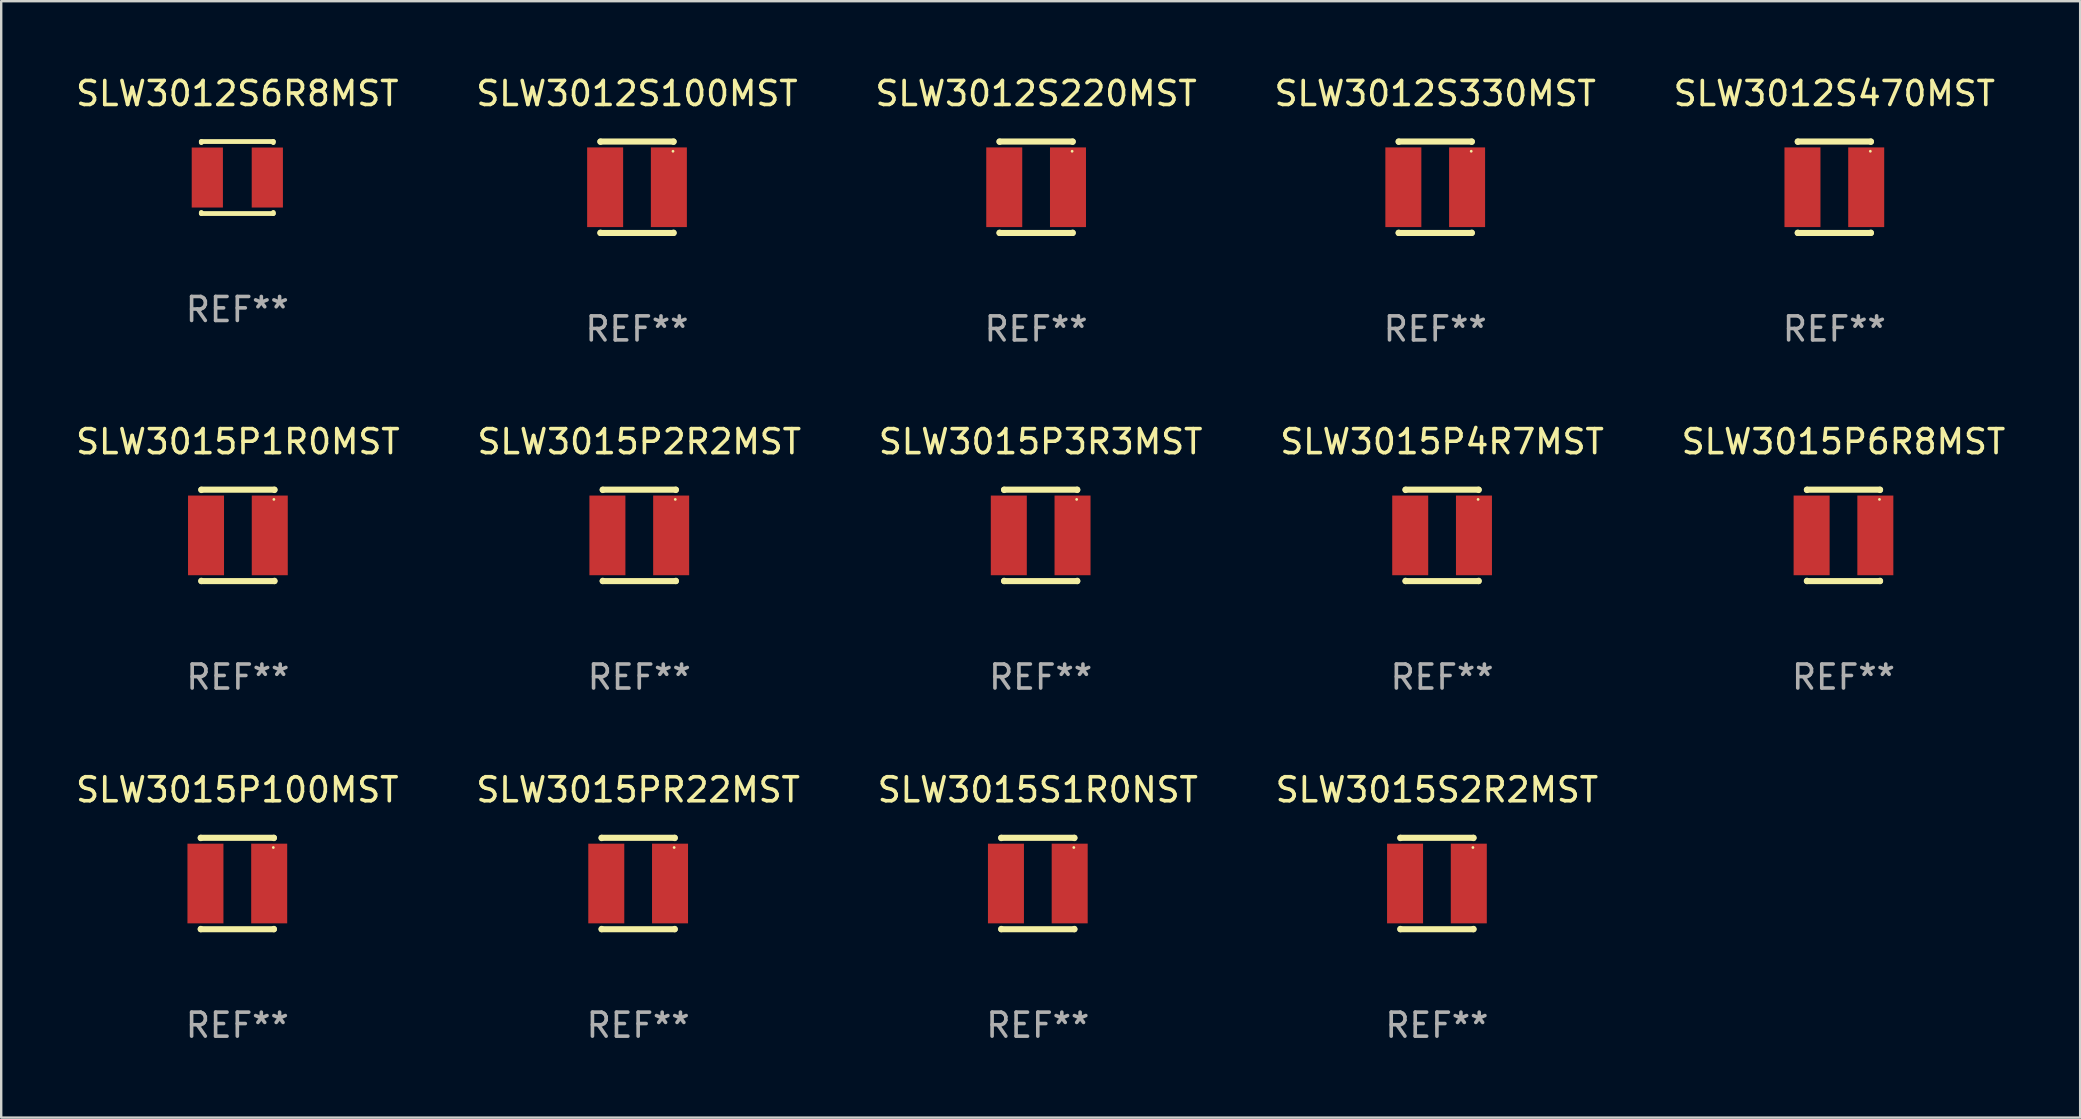
<source format=kicad_pcb>
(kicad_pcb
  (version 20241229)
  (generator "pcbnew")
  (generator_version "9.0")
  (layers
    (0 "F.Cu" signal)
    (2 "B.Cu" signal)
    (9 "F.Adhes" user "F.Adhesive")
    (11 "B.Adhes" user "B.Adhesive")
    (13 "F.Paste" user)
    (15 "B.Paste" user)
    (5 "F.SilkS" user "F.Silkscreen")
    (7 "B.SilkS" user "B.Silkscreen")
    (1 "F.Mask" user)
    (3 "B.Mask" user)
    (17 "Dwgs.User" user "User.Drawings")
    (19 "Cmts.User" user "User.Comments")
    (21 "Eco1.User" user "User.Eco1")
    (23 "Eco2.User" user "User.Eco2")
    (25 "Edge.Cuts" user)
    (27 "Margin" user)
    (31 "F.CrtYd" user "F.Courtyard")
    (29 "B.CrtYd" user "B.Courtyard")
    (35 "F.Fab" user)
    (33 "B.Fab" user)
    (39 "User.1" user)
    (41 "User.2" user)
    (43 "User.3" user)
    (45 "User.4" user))
  (footprint "SLW3012S470MST"
    (layer "F.Cu")
    (at 73.387 4.753)
    (property "Reference" "SLW3012S470MST" (at 0 -3.905 0) (layer "F.SilkS") (effects (font (size 1 1) (thickness 0.15))))
    (attr through_hole)
    (fp_line (start -1.524 -1.905) (end 1.524 -1.905) (stroke (width 0.254) (type solid)) (layer "F.SilkS"))
    (fp_line (start -1.524 -1.891) (end -1.524 -1.905) (stroke (width 0.254) (type solid)) (layer "F.SilkS"))
    (fp_line (start -1.524 1.905) (end -1.524 1.891) (stroke (width 0.254) (type solid)) (layer "F.SilkS"))
    (fp_line (start -1.524 1.905) (end 1.524 1.905) (stroke (width 0.254) (type solid)) (layer "F.SilkS"))
    (fp_line (start 1.524 -1.905) (end 1.524 -1.891) (stroke (width 0.254) (type solid)) (layer "F.SilkS"))
    (fp_line (start 1.524 1.891) (end 1.524 1.905) (stroke (width 0.254) (type solid)) (layer "F.SilkS"))
    (fp_circle (center 1.5 -1.5) (end 1.53 -1.5) (stroke (width 0.06) (type solid)) (fill no) (layer "F.SilkS"))
    (fp_text user "REF**" (at 0 5.905 0) (layer "F.Fab") (effects (font (size 1 1) (thickness 0.15))))
    (pad "1" smd rect (at 1.328 0) (size 1.5 3.32) (layers "F.Cu" "F.Mask" "F.Paste"))
    (pad "2" smd rect (at -1.328 0) (size 1.5 3.32) (layers "F.Cu" "F.Mask" "F.Paste")))
  (footprint "SLW3015P3R3MST"
    (layer "F.Cu")
    (at 40.315 19.26)
    (property "Reference" "SLW3015P3R3MST" (at 0 -3.905 0) (layer "F.SilkS") (effects (font (size 1 1) (thickness 0.15))))
    (attr through_hole)
    (fp_line (start -1.524 -1.905) (end 1.524 -1.905) (stroke (width 0.254) (type solid)) (layer "F.SilkS"))
    (fp_line (start -1.524 -1.891) (end -1.524 -1.905) (stroke (width 0.254) (type solid)) (layer "F.SilkS"))
    (fp_line (start -1.524 1.905) (end -1.524 1.891) (stroke (width 0.254) (type solid)) (layer "F.SilkS"))
    (fp_line (start -1.524 1.905) (end 1.524 1.905) (stroke (width 0.254) (type solid)) (layer "F.SilkS"))
    (fp_line (start 1.524 -1.905) (end 1.524 -1.891) (stroke (width 0.254) (type solid)) (layer "F.SilkS"))
    (fp_line (start 1.524 1.891) (end 1.524 1.905) (stroke (width 0.254) (type solid)) (layer "F.SilkS"))
    (fp_circle (center 1.5 -1.5) (end 1.53 -1.5) (stroke (width 0.06) (type solid)) (fill no) (layer "F.SilkS"))
    (fp_text user "REF**" (at 0 5.905 0) (layer "F.Fab") (effects (font (size 1 1) (thickness 0.15))))
    (pad "1" smd rect (at 1.328 0) (size 1.5 3.32) (layers "F.Cu" "F.Mask" "F.Paste"))
    (pad "2" smd rect (at -1.328 0) (size 1.5 3.32) (layers "F.Cu" "F.Mask" "F.Paste")))
  (footprint "SLW3015P4R7MST"
    (layer "F.Cu")
    (at 57.042 19.26)
    (property "Reference" "SLW3015P4R7MST" (at 0 -3.905 0) (layer "F.SilkS") (effects (font (size 1 1) (thickness 0.15))))
    (attr through_hole)
    (fp_line (start -1.524 -1.905) (end 1.524 -1.905) (stroke (width 0.254) (type solid)) (layer "F.SilkS"))
    (fp_line (start -1.524 -1.891) (end -1.524 -1.905) (stroke (width 0.254) (type solid)) (layer "F.SilkS"))
    (fp_line (start -1.524 1.905) (end -1.524 1.891) (stroke (width 0.254) (type solid)) (layer "F.SilkS"))
    (fp_line (start -1.524 1.905) (end 1.524 1.905) (stroke (width 0.254) (type solid)) (layer "F.SilkS"))
    (fp_line (start 1.524 -1.905) (end 1.524 -1.891) (stroke (width 0.254) (type solid)) (layer "F.SilkS"))
    (fp_line (start 1.524 1.891) (end 1.524 1.905) (stroke (width 0.254) (type solid)) (layer "F.SilkS"))
    (fp_circle (center 1.5 -1.5) (end 1.53 -1.5) (stroke (width 0.06) (type solid)) (fill no) (layer "F.SilkS"))
    (fp_text user "REF**" (at 0 5.905 0) (layer "F.Fab") (effects (font (size 1 1) (thickness 0.15))))
    (pad "1" smd rect (at 1.328 0) (size 1.5 3.32) (layers "F.Cu" "F.Mask" "F.Paste"))
    (pad "2" smd rect (at -1.328 0) (size 1.5 3.32) (layers "F.Cu" "F.Mask" "F.Paste")))
  (footprint "SLW3015P2R2MST"
    (layer "F.Cu")
    (at 23.589 19.26)
    (property "Reference" "SLW3015P2R2MST" (at 0 -3.905 0) (layer "F.SilkS") (effects (font (size 1 1) (thickness 0.15))))
    (attr through_hole)
    (fp_line (start -1.524 -1.905) (end 1.524 -1.905) (stroke (width 0.254) (type solid)) (layer "F.SilkS"))
    (fp_line (start -1.524 -1.891) (end -1.524 -1.905) (stroke (width 0.254) (type solid)) (layer "F.SilkS"))
    (fp_line (start -1.524 1.905) (end -1.524 1.891) (stroke (width 0.254) (type solid)) (layer "F.SilkS"))
    (fp_line (start -1.524 1.905) (end 1.524 1.905) (stroke (width 0.254) (type solid)) (layer "F.SilkS"))
    (fp_line (start 1.524 -1.905) (end 1.524 -1.891) (stroke (width 0.254) (type solid)) (layer "F.SilkS"))
    (fp_line (start 1.524 1.891) (end 1.524 1.905) (stroke (width 0.254) (type solid)) (layer "F.SilkS"))
    (fp_circle (center 1.5 -1.5) (end 1.53 -1.5) (stroke (width 0.06) (type solid)) (fill no) (layer "F.SilkS"))
    (fp_text user "REF**" (at 0 5.905 0) (layer "F.Fab") (effects (font (size 1 1) (thickness 0.15))))
    (pad "1" smd rect (at 1.328 0) (size 1.5 3.32) (layers "F.Cu" "F.Mask" "F.Paste"))
    (pad "2" smd rect (at -1.328 0) (size 1.5 3.32) (layers "F.Cu" "F.Mask" "F.Paste")))
  (footprint "SLW3012S100MST"
    (layer "F.Cu")
    (at 23.494 4.753)
    (property "Reference" "SLW3012S100MST" (at 0 -3.905 0) (layer "F.SilkS") (effects (font (size 1 1) (thickness 0.15))))
    (attr through_hole)
    (fp_line (start -1.524 -1.905) (end 1.524 -1.905) (stroke (width 0.254) (type solid)) (layer "F.SilkS"))
    (fp_line (start -1.524 -1.891) (end -1.524 -1.905) (stroke (width 0.254) (type solid)) (layer "F.SilkS"))
    (fp_line (start -1.524 1.905) (end -1.524 1.891) (stroke (width 0.254) (type solid)) (layer "F.SilkS"))
    (fp_line (start -1.524 1.905) (end 1.524 1.905) (stroke (width 0.254) (type solid)) (layer "F.SilkS"))
    (fp_line (start 1.524 -1.905) (end 1.524 -1.891) (stroke (width 0.254) (type solid)) (layer "F.SilkS"))
    (fp_line (start 1.524 1.891) (end 1.524 1.905) (stroke (width 0.254) (type solid)) (layer "F.SilkS"))
    (fp_circle (center 1.5 -1.5) (end 1.53 -1.5) (stroke (width 0.06) (type solid)) (fill no) (layer "F.SilkS"))
    (fp_text user "REF**" (at 0 5.905 0) (layer "F.Fab") (effects (font (size 1 1) (thickness 0.15))))
    (pad "1" smd rect (at 1.328 0) (size 1.5 3.32) (layers "F.Cu" "F.Mask" "F.Paste"))
    (pad "2" smd rect (at -1.328 0) (size 1.5 3.32) (layers "F.Cu" "F.Mask" "F.Paste")))
  (footprint "SLW3015PR22MST"
    (layer "F.Cu")
    (at 23.542 33.766)
    (property "Reference" "SLW3015PR22MST" (at 0 -3.905 0) (layer "F.SilkS") (effects (font (size 1 1) (thickness 0.15))))
    (attr through_hole)
    (fp_line (start -1.524 -1.905) (end 1.524 -1.905) (stroke (width 0.254) (type solid)) (layer "F.SilkS"))
    (fp_line (start -1.524 -1.891) (end -1.524 -1.905) (stroke (width 0.254) (type solid)) (layer "F.SilkS"))
    (fp_line (start -1.524 1.905) (end -1.524 1.891) (stroke (width 0.254) (type solid)) (layer "F.SilkS"))
    (fp_line (start -1.524 1.905) (end 1.524 1.905) (stroke (width 0.254) (type solid)) (layer "F.SilkS"))
    (fp_line (start 1.524 -1.905) (end 1.524 -1.891) (stroke (width 0.254) (type solid)) (layer "F.SilkS"))
    (fp_line (start 1.524 1.891) (end 1.524 1.905) (stroke (width 0.254) (type solid)) (layer "F.SilkS"))
    (fp_circle (center 1.5 -1.5) (end 1.53 -1.5) (stroke (width 0.06) (type solid)) (fill no) (layer "F.SilkS"))
    (fp_text user "REF**" (at 0 5.905 0) (layer "F.Fab") (effects (font (size 1 1) (thickness 0.15))))
    (pad "1" smd rect (at 1.328 0) (size 1.5 3.32) (layers "F.Cu" "F.Mask" "F.Paste"))
    (pad "2" smd rect (at -1.328 0) (size 1.5 3.32) (layers "F.Cu" "F.Mask" "F.Paste")))
  (footprint "SLW3012S330MST"
    (layer "F.Cu")
    (at 56.756 4.753)
    (property "Reference" "SLW3012S330MST" (at 0 -3.905 0) (layer "F.SilkS") (effects (font (size 1 1) (thickness 0.15))))
    (attr through_hole)
    (fp_line (start -1.524 -1.905) (end 1.524 -1.905) (stroke (width 0.254) (type solid)) (layer "F.SilkS"))
    (fp_line (start -1.524 -1.891) (end -1.524 -1.905) (stroke (width 0.254) (type solid)) (layer "F.SilkS"))
    (fp_line (start -1.524 1.905) (end -1.524 1.891) (stroke (width 0.254) (type solid)) (layer "F.SilkS"))
    (fp_line (start -1.524 1.905) (end 1.524 1.905) (stroke (width 0.254) (type solid)) (layer "F.SilkS"))
    (fp_line (start 1.524 -1.905) (end 1.524 -1.891) (stroke (width 0.254) (type solid)) (layer "F.SilkS"))
    (fp_line (start 1.524 1.891) (end 1.524 1.905) (stroke (width 0.254) (type solid)) (layer "F.SilkS"))
    (fp_circle (center 1.5 -1.5) (end 1.53 -1.5) (stroke (width 0.06) (type solid)) (fill no) (layer "F.SilkS"))
    (fp_text user "REF**" (at 0 5.905 0) (layer "F.Fab") (effects (font (size 1 1) (thickness 0.15))))
    (pad "1" smd rect (at 1.328 0) (size 1.5 3.32) (layers "F.Cu" "F.Mask" "F.Paste"))
    (pad "2" smd rect (at -1.328 0) (size 1.5 3.32) (layers "F.Cu" "F.Mask" "F.Paste")))
  (footprint "SLW3015P6R8MST"
    (layer "F.Cu")
    (at 73.768 19.26)
    (property "Reference" "SLW3015P6R8MST" (at 0 -3.905 0) (layer "F.SilkS") (effects (font (size 1 1) (thickness 0.15))))
    (attr through_hole)
    (fp_line (start -1.524 -1.905) (end 1.524 -1.905) (stroke (width 0.254) (type solid)) (layer "F.SilkS"))
    (fp_line (start -1.524 -1.891) (end -1.524 -1.905) (stroke (width 0.254) (type solid)) (layer "F.SilkS"))
    (fp_line (start -1.524 1.905) (end -1.524 1.891) (stroke (width 0.254) (type solid)) (layer "F.SilkS"))
    (fp_line (start -1.524 1.905) (end 1.524 1.905) (stroke (width 0.254) (type solid)) (layer "F.SilkS"))
    (fp_line (start 1.524 -1.905) (end 1.524 -1.891) (stroke (width 0.254) (type solid)) (layer "F.SilkS"))
    (fp_line (start 1.524 1.891) (end 1.524 1.905) (stroke (width 0.254) (type solid)) (layer "F.SilkS"))
    (fp_circle (center 1.5 -1.5) (end 1.53 -1.5) (stroke (width 0.06) (type solid)) (fill no) (layer "F.SilkS"))
    (fp_text user "REF**" (at 0 5.905 0) (layer "F.Fab") (effects (font (size 1 1) (thickness 0.15))))
    (pad "1" smd rect (at 1.328 0) (size 1.5 3.32) (layers "F.Cu" "F.Mask" "F.Paste"))
    (pad "2" smd rect (at -1.328 0) (size 1.5 3.32) (layers "F.Cu" "F.Mask" "F.Paste")))
  (footprint "SLW3012S6R8MST"
    (layer "F.Cu")
    (at 6.839 4.348)
    (property "Reference" "SLW3012S6R8MST" (at 0 -3.5 0) (layer "F.SilkS") (effects (font (size 1 1) (thickness 0.15))))
    (attr through_hole)
    (fp_line (start -1.5 -1.5) (end -1.5 -1.454) (stroke (width 0.2) (type solid)) (layer "F.SilkS"))
    (fp_line (start -1.5 -1.5) (end 1.5 -1.5) (stroke (width 0.2) (type solid)) (layer "F.SilkS"))
    (fp_line (start -1.5 1.454) (end -1.5 1.5) (stroke (width 0.2) (type solid)) (layer "F.SilkS"))
    (fp_line (start -1.5 1.5) (end 1.5 1.5) (stroke (width 0.2) (type solid)) (layer "F.SilkS"))
    (fp_line (start 1.5 -1.454) (end 1.5 -1.5) (stroke (width 0.2) (type solid)) (layer "F.SilkS"))
    (fp_line (start 1.5 1.5) (end 1.5 1.454) (stroke (width 0.2) (type solid)) (layer "F.SilkS"))
    (fp_circle (center -1.5 1.5) (end -1.47 1.5) (stroke (width 0.06) (type solid)) (fill no) (layer "F.SilkS"))
    (fp_text user "REF**" (at 0 5.5 0) (layer "F.Fab") (effects (font (size 1 1) (thickness 0.15))))
    (pad "1" smd rect (at -1.25 0) (size 1.3 2.5) (layers "F.Cu" "F.Mask" "F.Paste"))
    (pad "2" smd rect (at 1.25 0) (size 1.3 2.5) (layers "F.Cu" "F.Mask" "F.Paste")))
  (footprint "SLW3012S220MST"
    (layer "F.Cu")
    (at 40.125 4.753)
    (property "Reference" "SLW3012S220MST" (at 0 -3.905 0) (layer "F.SilkS") (effects (font (size 1 1) (thickness 0.15))))
    (attr through_hole)
    (fp_line (start -1.524 -1.905) (end 1.524 -1.905) (stroke (width 0.254) (type solid)) (layer "F.SilkS"))
    (fp_line (start -1.524 -1.891) (end -1.524 -1.905) (stroke (width 0.254) (type solid)) (layer "F.SilkS"))
    (fp_line (start -1.524 1.905) (end -1.524 1.891) (stroke (width 0.254) (type solid)) (layer "F.SilkS"))
    (fp_line (start -1.524 1.905) (end 1.524 1.905) (stroke (width 0.254) (type solid)) (layer "F.SilkS"))
    (fp_line (start 1.524 -1.905) (end 1.524 -1.891) (stroke (width 0.254) (type solid)) (layer "F.SilkS"))
    (fp_line (start 1.524 1.891) (end 1.524 1.905) (stroke (width 0.254) (type solid)) (layer "F.SilkS"))
    (fp_circle (center 1.5 -1.5) (end 1.53 -1.5) (stroke (width 0.06) (type solid)) (fill no) (layer "F.SilkS"))
    (fp_text user "REF**" (at 0 5.905 0) (layer "F.Fab") (effects (font (size 1 1) (thickness 0.15))))
    (pad "1" smd rect (at 1.328 0) (size 1.5 3.32) (layers "F.Cu" "F.Mask" "F.Paste"))
    (pad "2" smd rect (at -1.328 0) (size 1.5 3.32) (layers "F.Cu" "F.Mask" "F.Paste")))
  (footprint "SLW3015S1R0NST"
    (layer "F.Cu")
    (at 40.196 33.766)
    (property "Reference" "SLW3015S1R0NST" (at 0 -3.905 0) (layer "F.SilkS") (effects (font (size 1 1) (thickness 0.15))))
    (attr through_hole)
    (fp_line (start -1.524 -1.905) (end 1.524 -1.905) (stroke (width 0.254) (type solid)) (layer "F.SilkS"))
    (fp_line (start -1.524 -1.891) (end -1.524 -1.905) (stroke (width 0.254) (type solid)) (layer "F.SilkS"))
    (fp_line (start -1.524 1.905) (end -1.524 1.891) (stroke (width 0.254) (type solid)) (layer "F.SilkS"))
    (fp_line (start -1.524 1.905) (end 1.524 1.905) (stroke (width 0.254) (type solid)) (layer "F.SilkS"))
    (fp_line (start 1.524 -1.905) (end 1.524 -1.891) (stroke (width 0.254) (type solid)) (layer "F.SilkS"))
    (fp_line (start 1.524 1.891) (end 1.524 1.905) (stroke (width 0.254) (type solid)) (layer "F.SilkS"))
    (fp_circle (center 1.5 -1.5) (end 1.53 -1.5) (stroke (width 0.06) (type solid)) (fill no) (layer "F.SilkS"))
    (fp_text user "REF**" (at 0 5.905 0) (layer "F.Fab") (effects (font (size 1 1) (thickness 0.15))))
    (pad "1" smd rect (at 1.328 0) (size 1.5 3.32) (layers "F.Cu" "F.Mask" "F.Paste"))
    (pad "2" smd rect (at -1.328 0) (size 1.5 3.32) (layers "F.Cu" "F.Mask" "F.Paste")))
  (footprint "SLW3015P100MST"
    (layer "F.Cu")
    (at 6.839 33.766)
    (property "Reference" "SLW3015P100MST" (at 0 -3.905 0) (layer "F.SilkS") (effects (font (size 1 1) (thickness 0.15))))
    (attr through_hole)
    (fp_line (start -1.524 -1.905) (end 1.524 -1.905) (stroke (width 0.254) (type solid)) (layer "F.SilkS"))
    (fp_line (start -1.524 -1.891) (end -1.524 -1.905) (stroke (width 0.254) (type solid)) (layer "F.SilkS"))
    (fp_line (start -1.524 1.905) (end -1.524 1.891) (stroke (width 0.254) (type solid)) (layer "F.SilkS"))
    (fp_line (start -1.524 1.905) (end 1.524 1.905) (stroke (width 0.254) (type solid)) (layer "F.SilkS"))
    (fp_line (start 1.524 -1.905) (end 1.524 -1.891) (stroke (width 0.254) (type solid)) (layer "F.SilkS"))
    (fp_line (start 1.524 1.891) (end 1.524 1.905) (stroke (width 0.254) (type solid)) (layer "F.SilkS"))
    (fp_circle (center 1.5 -1.5) (end 1.53 -1.5) (stroke (width 0.06) (type solid)) (fill no) (layer "F.SilkS"))
    (fp_text user "REF**" (at 0 5.905 0) (layer "F.Fab") (effects (font (size 1 1) (thickness 0.15))))
    (pad "1" smd rect (at 1.328 0) (size 1.5 3.32) (layers "F.Cu" "F.Mask" "F.Paste"))
    (pad "2" smd rect (at -1.328 0) (size 1.5 3.32) (layers "F.Cu" "F.Mask" "F.Paste")))
  (footprint "SLW3015S2R2MST"
    (layer "F.Cu")
    (at 56.827 33.766)
    (property "Reference" "SLW3015S2R2MST" (at 0 -3.905 0) (layer "F.SilkS") (effects (font (size 1 1) (thickness 0.15))))
    (attr through_hole)
    (fp_line (start -1.524 -1.905) (end 1.524 -1.905) (stroke (width 0.254) (type solid)) (layer "F.SilkS"))
    (fp_line (start -1.524 -1.891) (end -1.524 -1.905) (stroke (width 0.254) (type solid)) (layer "F.SilkS"))
    (fp_line (start -1.524 1.905) (end -1.524 1.891) (stroke (width 0.254) (type solid)) (layer "F.SilkS"))
    (fp_line (start -1.524 1.905) (end 1.524 1.905) (stroke (width 0.254) (type solid)) (layer "F.SilkS"))
    (fp_line (start 1.524 -1.905) (end 1.524 -1.891) (stroke (width 0.254) (type solid)) (layer "F.SilkS"))
    (fp_line (start 1.524 1.891) (end 1.524 1.905) (stroke (width 0.254) (type solid)) (layer "F.SilkS"))
    (fp_circle (center 1.5 -1.5) (end 1.53 -1.5) (stroke (width 0.06) (type solid)) (fill no) (layer "F.SilkS"))
    (fp_text user "REF**" (at 0 5.905 0) (layer "F.Fab") (effects (font (size 1 1) (thickness 0.15))))
    (pad "1" smd rect (at 1.328 0) (size 1.5 3.32) (layers "F.Cu" "F.Mask" "F.Paste"))
    (pad "2" smd rect (at -1.328 0) (size 1.5 3.32) (layers "F.Cu" "F.Mask" "F.Paste")))
  (footprint "SLW3015P1R0MST"
    (layer "F.Cu")
    (at 6.863 19.26)
    (property "Reference" "SLW3015P1R0MST" (at 0 -3.905 0) (layer "F.SilkS") (effects (font (size 1 1) (thickness 0.15))))
    (attr through_hole)
    (fp_line (start -1.524 -1.905) (end 1.524 -1.905) (stroke (width 0.254) (type solid)) (layer "F.SilkS"))
    (fp_line (start -1.524 -1.891) (end -1.524 -1.905) (stroke (width 0.254) (type solid)) (layer "F.SilkS"))
    (fp_line (start -1.524 1.905) (end -1.524 1.891) (stroke (width 0.254) (type solid)) (layer "F.SilkS"))
    (fp_line (start -1.524 1.905) (end 1.524 1.905) (stroke (width 0.254) (type solid)) (layer "F.SilkS"))
    (fp_line (start 1.524 -1.905) (end 1.524 -1.891) (stroke (width 0.254) (type solid)) (layer "F.SilkS"))
    (fp_line (start 1.524 1.891) (end 1.524 1.905) (stroke (width 0.254) (type solid)) (layer "F.SilkS"))
    (fp_circle (center 1.5 -1.5) (end 1.53 -1.5) (stroke (width 0.06) (type solid)) (fill no) (layer "F.SilkS"))
    (fp_text user "REF**" (at 0 5.905 0) (layer "F.Fab") (effects (font (size 1 1) (thickness 0.15))))
    (pad "1" smd rect (at 1.328 0) (size 1.5 3.32) (layers "F.Cu" "F.Mask" "F.Paste"))
    (pad "2" smd rect (at -1.328 0) (size 1.5 3.32) (layers "F.Cu" "F.Mask" "F.Paste")))
  (gr_rect
    (start -3 -3)
    (end 83.631 43.52)
    (stroke (width 0.1) (type default))
    (fill no)
    (layer "Edge.Cuts")))
</source>
